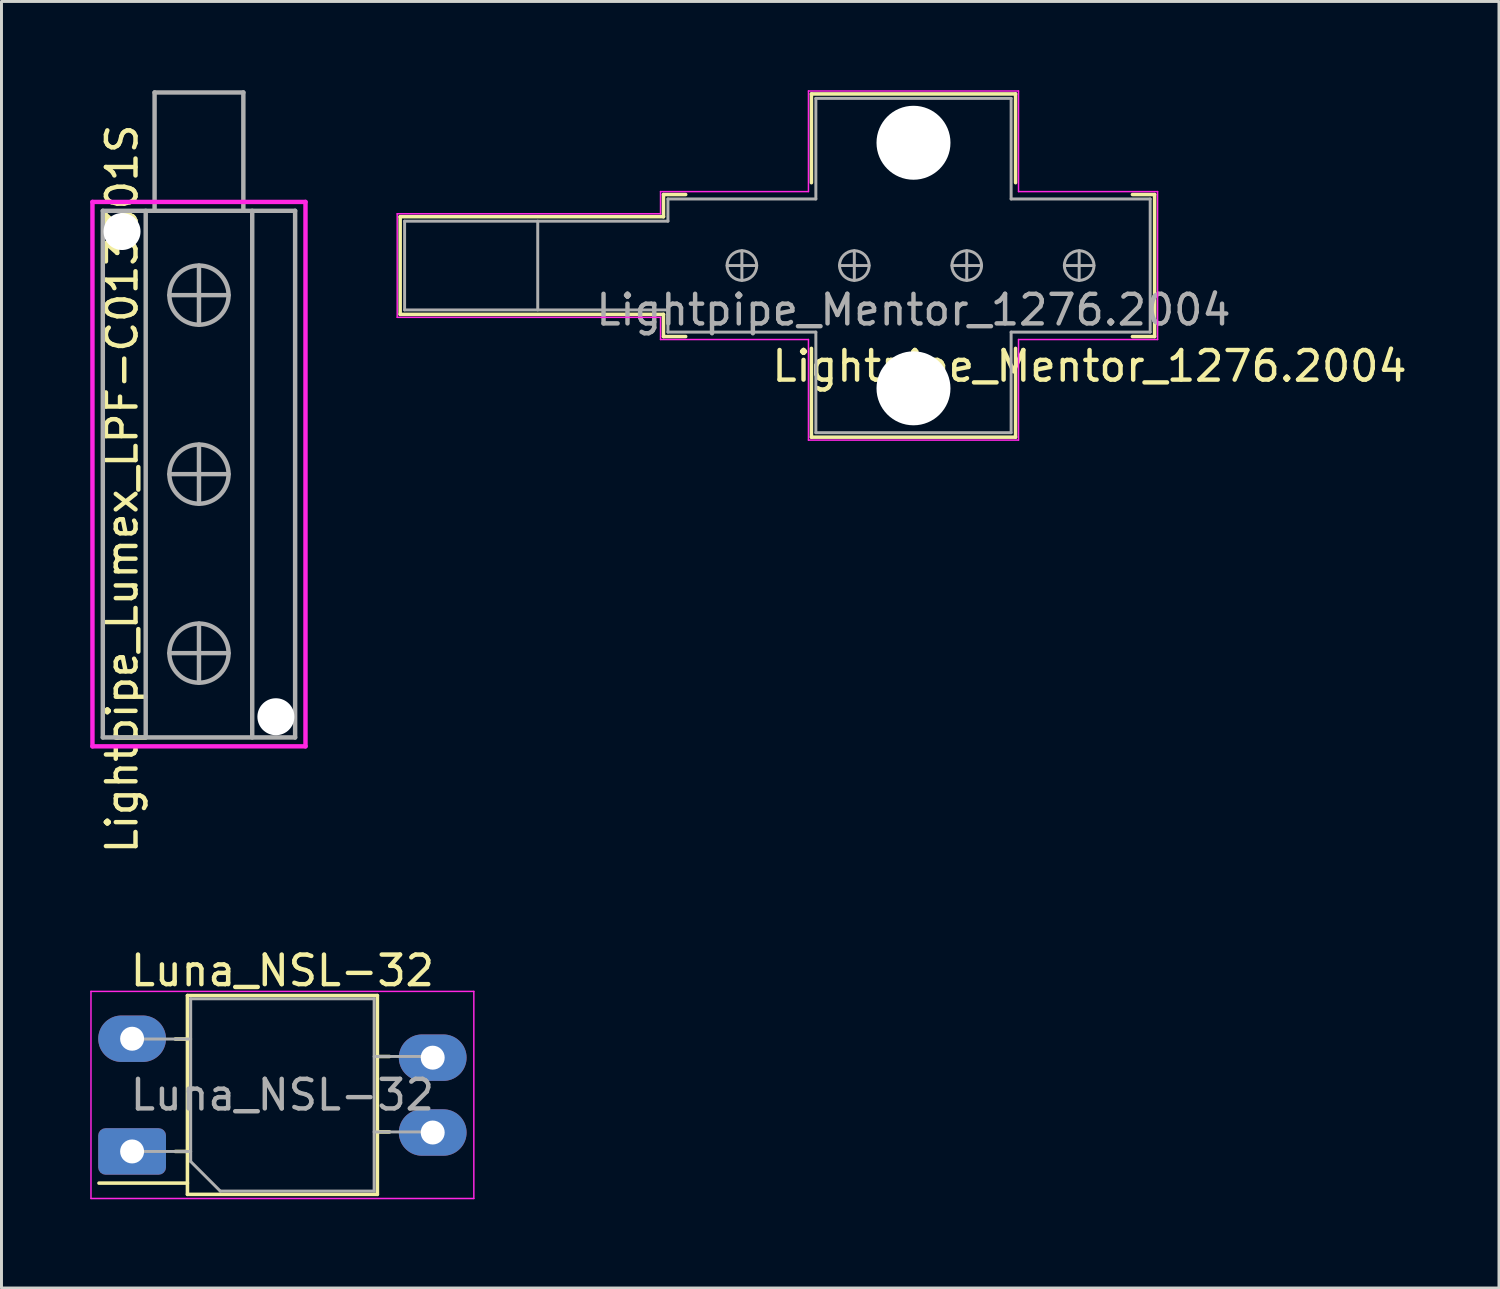
<source format=kicad_pcb>
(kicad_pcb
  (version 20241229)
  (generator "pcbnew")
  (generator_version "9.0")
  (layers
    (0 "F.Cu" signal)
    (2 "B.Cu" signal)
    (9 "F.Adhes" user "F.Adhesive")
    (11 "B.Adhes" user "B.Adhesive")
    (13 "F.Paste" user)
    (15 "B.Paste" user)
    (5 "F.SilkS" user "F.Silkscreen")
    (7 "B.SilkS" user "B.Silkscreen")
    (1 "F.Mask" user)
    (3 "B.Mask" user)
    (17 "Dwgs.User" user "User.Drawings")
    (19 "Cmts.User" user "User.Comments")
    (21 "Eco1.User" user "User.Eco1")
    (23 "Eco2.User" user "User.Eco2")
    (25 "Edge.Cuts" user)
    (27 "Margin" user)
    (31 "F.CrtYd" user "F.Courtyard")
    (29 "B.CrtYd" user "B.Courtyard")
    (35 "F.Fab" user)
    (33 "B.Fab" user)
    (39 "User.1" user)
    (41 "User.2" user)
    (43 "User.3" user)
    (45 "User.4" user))
  (footprint "Luna_NSL-32"
    (layer "F.Cu")
    (at 1.415 35.868)
    (property "Reference" "Luna_NSL-32" (at 5.08 -6.11 180) (layer "F.SilkS") (effects (font (size 1 1) (thickness 0.15))))
    (attr through_hole)
    (fp_line (start -1.12 1.07) (end 1.87 1.07) (stroke (width 0.12) (type solid)) (layer "F.SilkS"))
    (fp_line (start 1.46 -3.8) (end 1.87 -3.8) (stroke (width 0.12) (type solid)) (layer "F.SilkS"))
    (fp_line (start 1.46 0) (end 1.87 0) (stroke (width 0.12) (type solid)) (layer "F.SilkS"))
    (fp_line (start 1.87 -5.27) (end 8.29 -5.27) (stroke (width 0.12) (type solid)) (layer "F.SilkS"))
    (fp_line (start 1.87 1.45) (end 1.87 -5.27) (stroke (width 0.12) (type solid)) (layer "F.SilkS"))
    (fp_line (start 8.29 -5.27) (end 8.29 1.45) (stroke (width 0.12) (type solid)) (layer "F.SilkS"))
    (fp_line (start 8.29 -3.21) (end 8.7 -3.21) (stroke (width 0.12) (type solid)) (layer "F.SilkS"))
    (fp_line (start 8.29 -0.66) (end 8.7 -0.66) (stroke (width 0.12) (type solid)) (layer "F.SilkS"))
    (fp_line (start 8.29 1.45) (end 1.87 1.45) (stroke (width 0.12) (type solid)) (layer "F.SilkS"))
    (fp_line (start -1.39 -5.41) (end -1.39 1.59) (stroke (width 0.05) (type solid)) (layer "F.CrtYd"))
    (fp_line (start -1.39 -5.41) (end 11.55 -5.41) (stroke (width 0.05) (type solid)) (layer "F.CrtYd"))
    (fp_line (start 11.55 1.59) (end -1.39 1.59) (stroke (width 0.05) (type solid)) (layer "F.CrtYd"))
    (fp_line (start 11.55 1.59) (end 11.55 -5.41) (stroke (width 0.05) (type solid)) (layer "F.CrtYd"))
    (fp_line (start -0.02 0) (end 1.98 0) (stroke (width 0.1) (type solid)) (layer "F.Fab"))
    (fp_line (start 0.03 -3.8) (end 1.98 -3.8) (stroke (width 0.1) (type solid)) (layer "F.Fab"))
    (fp_line (start 1.98 -5.16) (end 8.18 -5.16) (stroke (width 0.1) (type solid)) (layer "F.Fab"))
    (fp_line (start 1.98 0.34) (end 1.98 -5.16) (stroke (width 0.1) (type solid)) (layer "F.Fab"))
    (fp_line (start 2.98 1.34) (end 1.98 0.34) (stroke (width 0.1) (type solid)) (layer "F.Fab"))
    (fp_line (start 8.18 -5.16) (end 8.18 1.34) (stroke (width 0.1) (type solid)) (layer "F.Fab"))
    (fp_line (start 8.18 -0.66) (end 10.18 -0.66) (stroke (width 0.1) (type solid)) (layer "F.Fab"))
    (fp_line (start 8.18 1.34) (end 2.98 1.34) (stroke (width 0.1) (type solid)) (layer "F.Fab"))
    (fp_line (start 10.18 -3.21) (end 8.18 -3.21) (stroke (width 0.1) (type solid)) (layer "F.Fab"))
    (fp_text user "${REFERENCE}" (at 5.08 -1.91 0) (layer "F.Fab") (effects (font (size 1 1) (thickness 0.15))))
    (pad "1" thru_hole roundrect (at 0 0) (size 2.29 1.57) (drill 0.81) (layers "*.Cu" "*.Mask") (roundrect_rratio 0.159))
    (pad "2" thru_hole oval (at 0 -3.81) (size 2.29 1.57) (drill 0.81) (layers "*.Cu" "*.Mask"))
    (pad "3" thru_hole oval (at 10.16 -3.17) (size 2.29 1.57) (drill 0.81) (layers "*.Cu" "*.Mask"))
    (pad "4" thru_hole oval (at 10.16 -0.64) (size 2.29 1.57) (drill 0.81) (layers "*.Cu" "*.Mask")))
  (footprint "Lightpipe_Mentor_1276.2004"
    (layer "F.Cu")
    (at 27.825 5.925)
    (property "Reference" "Lightpipe_Mentor_1276.2004" (at 5.95 3.4 0) (layer "F.SilkS") (effects (font (size 1 1) (thickness 0.15))))
    (attr through_hole)
    (fp_line (start -17.35 -1.65) (end -17.35 1.65) (stroke (width 0.12) (type solid)) (layer "F.SilkS"))
    (fp_line (start -17.35 1.65) (end -8.45 1.65) (stroke (width 0.12) (type solid)) (layer "F.SilkS"))
    (fp_line (start -8.45 -2.4) (end -8.45 -1.65) (stroke (width 0.12) (type solid)) (layer "F.SilkS"))
    (fp_line (start -8.45 -2.4) (end -7.7 -2.4) (stroke (width 0.12) (type solid)) (layer "F.SilkS"))
    (fp_line (start -8.45 -1.65) (end -17.35 -1.65) (stroke (width 0.12) (type solid)) (layer "F.SilkS"))
    (fp_line (start -8.45 1.65) (end -8.45 2.4) (stroke (width 0.12) (type solid)) (layer "F.SilkS"))
    (fp_line (start -8.45 2.4) (end -7.7 2.4) (stroke (width 0.12) (type solid)) (layer "F.SilkS"))
    (fp_line (start -3.45 -5.8) (end 3.45 -5.8) (stroke (width 0.12) (type solid)) (layer "F.SilkS"))
    (fp_line (start -3.45 -2.8) (end -3.45 -5.8) (stroke (width 0.12) (type solid)) (layer "F.SilkS"))
    (fp_line (start -3.45 5.8) (end -3.45 2.8) (stroke (width 0.12) (type solid)) (layer "F.SilkS"))
    (fp_line (start 3.45 -5.8) (end 3.45 -2.8) (stroke (width 0.12) (type solid)) (layer "F.SilkS"))
    (fp_line (start 3.45 2.8) (end 3.45 5.8) (stroke (width 0.12) (type solid)) (layer "F.SilkS"))
    (fp_line (start 3.45 5.8) (end -3.45 5.8) (stroke (width 0.12) (type solid)) (layer "F.SilkS"))
    (fp_line (start 8.15 -2.4) (end 7.4 -2.4) (stroke (width 0.12) (type solid)) (layer "F.SilkS"))
    (fp_line (start 8.15 -2.4) (end 8.15 2.4) (stroke (width 0.12) (type solid)) (layer "F.SilkS"))
    (fp_line (start 8.15 2.4) (end 7.4 2.4) (stroke (width 0.12) (type solid)) (layer "F.SilkS"))
    (fp_line (start -17.45 -1.75) (end -8.55 -1.75) (stroke (width 0.05) (type solid)) (layer "F.CrtYd"))
    (fp_line (start -17.45 1.75) (end -17.45 -1.75) (stroke (width 0.05) (type solid)) (layer "F.CrtYd"))
    (fp_line (start -8.55 -1.75) (end -8.55 -2.5) (stroke (width 0.05) (type solid)) (layer "F.CrtYd"))
    (fp_line (start -8.55 1.75) (end -17.45 1.75) (stroke (width 0.05) (type solid)) (layer "F.CrtYd"))
    (fp_line (start -8.55 2.5) (end -8.55 1.75) (stroke (width 0.05) (type solid)) (layer "F.CrtYd"))
    (fp_line (start -8.55 2.5) (end -3.55 2.5) (stroke (width 0.05) (type solid)) (layer "F.CrtYd"))
    (fp_line (start -3.55 -5.9) (end -3.55 -2.5) (stroke (width 0.05) (type solid)) (layer "F.CrtYd"))
    (fp_line (start -3.55 -2.5) (end -8.55 -2.5) (stroke (width 0.05) (type solid)) (layer "F.CrtYd"))
    (fp_line (start -3.55 2.5) (end -3.55 5.9) (stroke (width 0.05) (type solid)) (layer "F.CrtYd"))
    (fp_line (start -3.55 5.9) (end 3.55 5.9) (stroke (width 0.05) (type solid)) (layer "F.CrtYd"))
    (fp_line (start 3.55 -5.9) (end -3.55 -5.9) (stroke (width 0.05) (type solid)) (layer "F.CrtYd"))
    (fp_line (start 3.55 -2.5) (end 3.55 -5.9) (stroke (width 0.05) (type solid)) (layer "F.CrtYd"))
    (fp_line (start 3.55 2.5) (end 8.25 2.5) (stroke (width 0.05) (type solid)) (layer "F.CrtYd"))
    (fp_line (start 3.55 5.9) (end 3.55 2.5) (stroke (width 0.05) (type solid)) (layer "F.CrtYd"))
    (fp_line (start 8.25 -2.5) (end 3.55 -2.5) (stroke (width 0.05) (type solid)) (layer "F.CrtYd"))
    (fp_line (start 8.25 2.5) (end 8.25 -2.5) (stroke (width 0.05) (type solid)) (layer "F.CrtYd"))
    (fp_line (start -17.2 -1.5) (end -17.2 1.5) (stroke (width 0.1) (type solid)) (layer "F.Fab"))
    (fp_line (start -17.2 -1.5) (end -8.3 -1.5) (stroke (width 0.1) (type solid)) (layer "F.Fab"))
    (fp_line (start -17.2 1.5) (end -8.3 1.5) (stroke (width 0.1) (type solid)) (layer "F.Fab"))
    (fp_line (start -12.7 1.5) (end -12.7 -1.5) (stroke (width 0.1) (type solid)) (layer "F.Fab"))
    (fp_line (start -8.3 -2.25) (end -3.3 -2.25) (stroke (width 0.1) (type solid)) (layer "F.Fab"))
    (fp_line (start -8.3 -1.5) (end -8.3 -2.25) (stroke (width 0.1) (type solid)) (layer "F.Fab"))
    (fp_line (start -8.3 1.5) (end -8.3 2.25) (stroke (width 0.1) (type solid)) (layer "F.Fab"))
    (fp_line (start -8.3 2.25) (end -3.3 2.25) (stroke (width 0.1) (type solid)) (layer "F.Fab"))
    (fp_line (start -6.3 0) (end -5.3 0) (stroke (width 0.1) (type solid)) (layer "F.Fab"))
    (fp_line (start -5.8 -0.5) (end -5.8 0.5) (stroke (width 0.1) (type solid)) (layer "F.Fab"))
    (fp_line (start -3.3 -5.65) (end 3.3 -5.65) (stroke (width 0.1) (type solid)) (layer "F.Fab"))
    (fp_line (start -3.3 -2.25) (end -3.3 -5.65) (stroke (width 0.1) (type solid)) (layer "F.Fab"))
    (fp_line (start -3.3 5.65) (end -3.3 2.25) (stroke (width 0.1) (type solid)) (layer "F.Fab"))
    (fp_line (start -2.5 0) (end -1.5 0) (stroke (width 0.1) (type solid)) (layer "F.Fab"))
    (fp_line (start -2 -0.5) (end -2 0.5) (stroke (width 0.1) (type solid)) (layer "F.Fab"))
    (fp_line (start 1.3 0) (end 2.3 0) (stroke (width 0.1) (type solid)) (layer "F.Fab"))
    (fp_line (start 1.8 -0.5) (end 1.8 0.5) (stroke (width 0.1) (type solid)) (layer "F.Fab"))
    (fp_line (start 3.3 -5.65) (end 3.3 -2.25) (stroke (width 0.1) (type solid)) (layer "F.Fab"))
    (fp_line (start 3.3 -2.25) (end 8 -2.25) (stroke (width 0.1) (type solid)) (layer "F.Fab"))
    (fp_line (start 3.3 2.25) (end 3.3 5.65) (stroke (width 0.1) (type solid)) (layer "F.Fab"))
    (fp_line (start 3.3 5.65) (end -3.3 5.65) (stroke (width 0.1) (type solid)) (layer "F.Fab"))
    (fp_line (start 5.1 0) (end 6.1 0) (stroke (width 0.1) (type solid)) (layer "F.Fab"))
    (fp_line (start 5.6 -0.5) (end 5.6 0.5) (stroke (width 0.1) (type solid)) (layer "F.Fab"))
    (fp_line (start 8 -2.25) (end 8 2.25) (stroke (width 0.1) (type solid)) (layer "F.Fab"))
    (fp_line (start 8 2.25) (end 3.3 2.25) (stroke (width 0.1) (type solid)) (layer "F.Fab"))
    (fp_circle (center -5.8 0) (end -5.8 0.5) (stroke (width 0.1) (type solid)) (fill no) (layer "F.Fab"))
    (fp_circle (center -2 0) (end -2 0.5) (stroke (width 0.1) (type solid)) (fill no) (layer "F.Fab"))
    (fp_circle (center 1.8 0) (end 1.8 0.5) (stroke (width 0.1) (type solid)) (fill no) (layer "F.Fab"))
    (fp_circle (center 5.6 0) (end 5.6 0.5) (stroke (width 0.1) (type solid)) (fill no) (layer "F.Fab"))
    (fp_text user "${REFERENCE}" (at 0 1.5 0) (layer "F.Fab") (effects (font (size 1 1) (thickness 0.15))))
    (pad "" np_thru_hole circle (at 0 -4.15) (size 2.5 2.5) (drill 2.5) (layers "*.Cu" "*.Mask"))
    (pad "" np_thru_hole circle (at 0 4.15) (size 2.5 2.5) (drill 2.5) (layers "*.Cu" "*.Mask")))
  (footprint "Lightpipe_Lumex_LPF-C013301S"
    (layer "F.Cu")
    (at 1.075 4.775)
    (property "Reference" "Lightpipe_Lumex_LPF-C013301S" (at 0 8.7 270) (layer "F.SilkS") (effects (font (size 1 1) (thickness 0.15))))
    (attr through_hole)
    (fp_line (start -1 -1) (end 6.2 -1) (stroke (width 0.15) (type solid)) (layer "F.CrtYd"))
    (fp_line (start -1 17.4) (end -1 -1) (stroke (width 0.15) (type solid)) (layer "F.CrtYd"))
    (fp_line (start 6.2 -1) (end 6.2 17.4) (stroke (width 0.15) (type solid)) (layer "F.CrtYd"))
    (fp_line (start 6.2 17.4) (end -1 17.4) (stroke (width 0.15) (type solid)) (layer "F.CrtYd"))
    (fp_line (start -0.65 17.1) (end -0.65 -0.7) (stroke (width 0.15) (type solid)) (layer "F.Fab"))
    (fp_line (start 0.8 17.1) (end 0.8 -0.7) (stroke (width 0.15) (type solid)) (layer "F.Fab"))
    (fp_line (start 1.1 -4.7) (end 1.1 -0.7) (stroke (width 0.15) (type solid)) (layer "F.Fab"))
    (fp_line (start 2.6 3.15) (end 2.6 1.15) (stroke (width 0.15) (type solid)) (layer "F.Fab"))
    (fp_line (start 2.6 9.2) (end 2.6 7.2) (stroke (width 0.15) (type solid)) (layer "F.Fab"))
    (fp_line (start 2.6 15.25) (end 2.6 13.25) (stroke (width 0.15) (type solid)) (layer "F.Fab"))
    (fp_line (start 3.6 2.15) (end 1.6 2.15) (stroke (width 0.15) (type solid)) (layer "F.Fab"))
    (fp_line (start 3.6 8.2) (end 1.6 8.2) (stroke (width 0.15) (type solid)) (layer "F.Fab"))
    (fp_line (start 3.6 14.25) (end 1.6 14.25) (stroke (width 0.15) (type solid)) (layer "F.Fab"))
    (fp_line (start 4.1 -4.7) (end 1.1 -4.7) (stroke (width 0.15) (type solid)) (layer "F.Fab"))
    (fp_line (start 4.1 -0.7) (end 4.1 -4.7) (stroke (width 0.15) (type solid)) (layer "F.Fab"))
    (fp_line (start 4.4 17.1) (end 4.4 -0.7) (stroke (width 0.15) (type solid)) (layer "F.Fab"))
    (fp_line (start 5.85 -0.7) (end -0.65 -0.7) (stroke (width 0.15) (type solid)) (layer "F.Fab"))
    (fp_line (start 5.85 17.1) (end -0.65 17.1) (stroke (width 0.15) (type solid)) (layer "F.Fab"))
    (fp_line (start 5.85 17.1) (end 5.85 -0.7) (stroke (width 0.15) (type solid)) (layer "F.Fab"))
    (fp_circle (center 2.6 2.15) (end 1.6 2.15) (stroke (width 0.15) (type solid)) (fill no) (layer "F.Fab"))
    (fp_circle (center 2.6 8.2) (end 1.6 8.2) (stroke (width 0.15) (type solid)) (fill no) (layer "F.Fab"))
    (fp_circle (center 2.6 14.25) (end 1.6 14.25) (stroke (width 0.15) (type solid)) (fill no) (layer "F.Fab"))
    (pad "" np_thru_hole circle (at 0 0 180) (size 1.25 1.25) (drill 1.25) (layers "*.Cu" "*.Mask"))
    (pad "" np_thru_hole circle (at 5.2 16.4 180) (size 1.25 1.25) (drill 1.25) (layers "*.Cu" "*.Mask")))
  (gr_rect
    (start -3 -3)
    (end 47.614 40.483)
    (stroke (width 0.1) (type default))
    (fill no)
    (layer "Edge.Cuts")))
</source>
